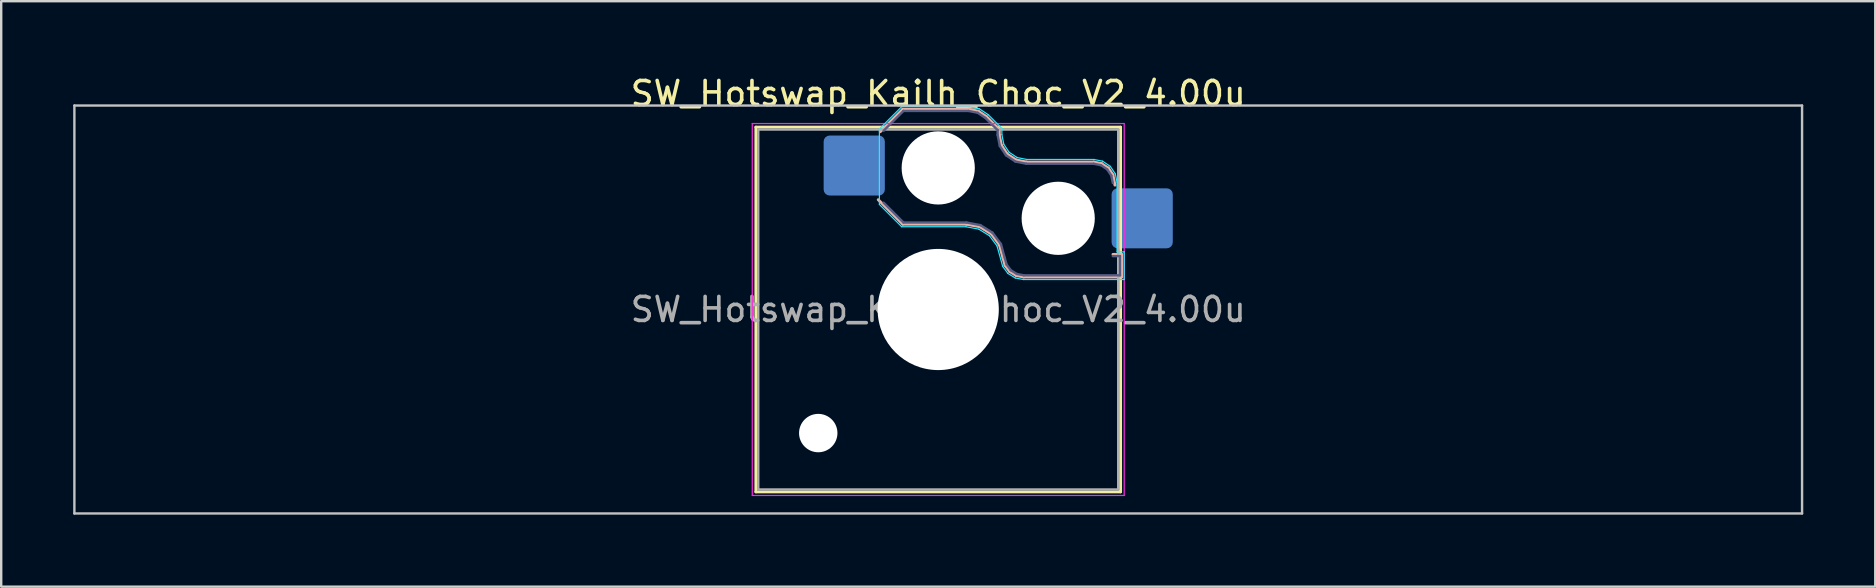
<source format=kicad_pcb>
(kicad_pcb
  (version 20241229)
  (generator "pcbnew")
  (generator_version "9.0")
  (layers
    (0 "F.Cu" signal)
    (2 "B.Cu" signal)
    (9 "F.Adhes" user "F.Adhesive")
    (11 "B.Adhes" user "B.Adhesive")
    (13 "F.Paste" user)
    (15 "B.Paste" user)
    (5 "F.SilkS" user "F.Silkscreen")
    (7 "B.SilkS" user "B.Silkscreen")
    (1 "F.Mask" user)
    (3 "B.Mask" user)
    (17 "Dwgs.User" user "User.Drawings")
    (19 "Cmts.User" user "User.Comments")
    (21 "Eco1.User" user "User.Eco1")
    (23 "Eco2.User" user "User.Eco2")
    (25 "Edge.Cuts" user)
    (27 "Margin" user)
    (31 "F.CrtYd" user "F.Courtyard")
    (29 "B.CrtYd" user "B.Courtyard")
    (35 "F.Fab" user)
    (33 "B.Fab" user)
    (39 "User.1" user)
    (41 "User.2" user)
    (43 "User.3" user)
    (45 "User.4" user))
  (footprint "SW_Hotswap_Kailh_Choc_V2_4.00u"
    (layer "F.Cu")
    (at 36.05 9.848)
    (property "Reference" "SW_Hotswap_Kailh_Choc_V2_4.00u" (at 0 -9 0) (layer "F.SilkS") (effects (font (size 1 1) (thickness 0.15))))
    (attr smd)
    (fp_line (start -7.6 -7.6) (end -7.6 7.6) (stroke (width 0.12) (type solid)) (layer "F.SilkS"))
    (fp_line (start -7.6 7.6) (end 7.6 7.6) (stroke (width 0.12) (type solid)) (layer "F.SilkS"))
    (fp_line (start 7.6 -7.6) (end -7.6 -7.6) (stroke (width 0.12) (type solid)) (layer "F.SilkS"))
    (fp_line (start 7.6 7.6) (end 7.6 -7.6) (stroke (width 0.12) (type solid)) (layer "F.SilkS"))
    (fp_line (start -2.416 -7.409) (end -1.479 -8.346) (stroke (width 0.12) (type solid)) (layer "B.SilkS"))
    (fp_line (start -1.479 -8.346) (end 1.268 -8.346) (stroke (width 0.12) (type solid)) (layer "B.SilkS"))
    (fp_line (start -1.479 -3.554) (end -2.5 -4.575) (stroke (width 0.12) (type solid)) (layer "B.SilkS"))
    (fp_line (start 1.168 -3.554) (end -1.479 -3.554) (stroke (width 0.12) (type solid)) (layer "B.SilkS"))
    (fp_line (start 1.268 -8.346) (end 1.671 -8.266) (stroke (width 0.12) (type solid)) (layer "B.SilkS"))
    (fp_line (start 1.671 -8.266) (end 2.013 -8.037) (stroke (width 0.12) (type solid)) (layer "B.SilkS"))
    (fp_line (start 1.73 -3.449) (end 1.168 -3.554) (stroke (width 0.12) (type solid)) (layer "B.SilkS"))
    (fp_line (start 2.013 -8.037) (end 2.546 -7.504) (stroke (width 0.12) (type solid)) (layer "B.SilkS"))
    (fp_line (start 2.209 -3.15) (end 1.73 -3.449) (stroke (width 0.12) (type solid)) (layer "B.SilkS"))
    (fp_line (start 2.546 -7.504) (end 2.546 -7.282) (stroke (width 0.12) (type solid)) (layer "B.SilkS"))
    (fp_line (start 2.546 -7.282) (end 2.633 -6.844) (stroke (width 0.12) (type solid)) (layer "B.SilkS"))
    (fp_line (start 2.547 -2.697) (end 2.209 -3.15) (stroke (width 0.12) (type solid)) (layer "B.SilkS"))
    (fp_line (start 2.633 -6.844) (end 2.877 -6.477) (stroke (width 0.12) (type solid)) (layer "B.SilkS"))
    (fp_line (start 2.701 -2.139) (end 2.547 -2.697) (stroke (width 0.12) (type solid)) (layer "B.SilkS"))
    (fp_line (start 2.783 -1.841) (end 2.701 -2.139) (stroke (width 0.12) (type solid)) (layer "B.SilkS"))
    (fp_line (start 2.877 -6.477) (end 3.244 -6.233) (stroke (width 0.12) (type solid)) (layer "B.SilkS"))
    (fp_line (start 2.976 -1.583) (end 2.783 -1.841) (stroke (width 0.12) (type solid)) (layer "B.SilkS"))
    (fp_line (start 3.244 -6.233) (end 3.682 -6.146) (stroke (width 0.12) (type solid)) (layer "B.SilkS"))
    (fp_line (start 3.25 -1.413) (end 2.976 -1.583) (stroke (width 0.12) (type solid)) (layer "B.SilkS"))
    (fp_line (start 3.56 -1.354) (end 3.25 -1.413) (stroke (width 0.12) (type solid)) (layer "B.SilkS"))
    (fp_line (start 3.682 -6.146) (end 6.482 -6.146) (stroke (width 0.12) (type solid)) (layer "B.SilkS"))
    (fp_line (start 6.482 -6.146) (end 6.809 -6.081) (stroke (width 0.12) (type solid)) (layer "B.SilkS"))
    (fp_line (start 6.809 -6.081) (end 7.092 -5.892) (stroke (width 0.12) (type solid)) (layer "B.SilkS"))
    (fp_line (start 7.092 -5.892) (end 7.281 -5.609) (stroke (width 0.12) (type solid)) (layer "B.SilkS"))
    (fp_line (start 7.281 -5.609) (end 7.366 -5.182) (stroke (width 0.12) (type solid)) (layer "B.SilkS"))
    (fp_line (start 7.283 -2.296) (end 7.646 -2.296) (stroke (width 0.12) (type solid)) (layer "B.SilkS"))
    (fp_line (start 7.646 -2.296) (end 7.646 -1.354) (stroke (width 0.12) (type solid)) (layer "B.SilkS"))
    (fp_line (start 7.646 -1.354) (end 3.56 -1.354) (stroke (width 0.12) (type solid)) (layer "B.SilkS"))
    (fp_line (start -36 -8.5) (end -36 8.5) (stroke (width 0.1) (type solid)) (layer "Dwgs.User"))
    (fp_line (start -36 8.5) (end 36 8.5) (stroke (width 0.1) (type solid)) (layer "Dwgs.User"))
    (fp_line (start 36 -8.5) (end -36 -8.5) (stroke (width 0.1) (type solid)) (layer "Dwgs.User"))
    (fp_line (start 36 8.5) (end 36 -8.5) (stroke (width 0.1) (type solid)) (layer "Dwgs.User"))
    (fp_line (start -7.25 -7.25) (end -7.25 7.25) (stroke (width 0.1) (type solid)) (layer "Eco1.User"))
    (fp_line (start -7.25 7.25) (end 7.25 7.25) (stroke (width 0.1) (type solid)) (layer "Eco1.User"))
    (fp_line (start 7.25 -7.25) (end -7.25 -7.25) (stroke (width 0.1) (type solid)) (layer "Eco1.User"))
    (fp_line (start 7.25 7.25) (end 7.25 -7.25) (stroke (width 0.1) (type solid)) (layer "Eco1.User"))
    (fp_line (start -2.452 -7.523) (end -1.523 -8.452) (stroke (width 0.05) (type solid)) (layer "B.CrtYd"))
    (fp_line (start -2.452 -4.377) (end -2.452 -7.523) (stroke (width 0.05) (type solid)) (layer "B.CrtYd"))
    (fp_line (start -1.523 -8.452) (end 1.278 -8.452) (stroke (width 0.05) (type solid)) (layer "B.CrtYd"))
    (fp_line (start -1.523 -3.448) (end -2.452 -4.377) (stroke (width 0.05) (type solid)) (layer "B.CrtYd"))
    (fp_line (start 1.159 -3.448) (end -1.523 -3.448) (stroke (width 0.05) (type solid)) (layer "B.CrtYd"))
    (fp_line (start 1.278 -8.452) (end 1.712 -8.366) (stroke (width 0.05) (type solid)) (layer "B.CrtYd"))
    (fp_line (start 1.691 -3.348) (end 1.159 -3.448) (stroke (width 0.05) (type solid)) (layer "B.CrtYd"))
    (fp_line (start 1.712 -8.366) (end 2.081 -8.119) (stroke (width 0.05) (type solid)) (layer "B.CrtYd"))
    (fp_line (start 2.081 -8.119) (end 2.652 -7.548) (stroke (width 0.05) (type solid)) (layer "B.CrtYd"))
    (fp_line (start 2.136 -3.071) (end 1.691 -3.348) (stroke (width 0.05) (type solid)) (layer "B.CrtYd"))
    (fp_line (start 2.45 -2.65) (end 2.136 -3.071) (stroke (width 0.05) (type solid)) (layer "B.CrtYd"))
    (fp_line (start 2.599 -2.111) (end 2.45 -2.65) (stroke (width 0.05) (type solid)) (layer "B.CrtYd"))
    (fp_line (start 2.652 -7.548) (end 2.652 -7.292) (stroke (width 0.05) (type solid)) (layer "B.CrtYd"))
    (fp_line (start 2.652 -7.292) (end 2.733 -6.885) (stroke (width 0.05) (type solid)) (layer "B.CrtYd"))
    (fp_line (start 2.687 -1.794) (end 2.599 -2.111) (stroke (width 0.05) (type solid)) (layer "B.CrtYd"))
    (fp_line (start 2.733 -6.885) (end 2.953 -6.553) (stroke (width 0.05) (type solid)) (layer "B.CrtYd"))
    (fp_line (start 2.903 -1.503) (end 2.687 -1.794) (stroke (width 0.05) (type solid)) (layer "B.CrtYd"))
    (fp_line (start 2.953 -6.553) (end 3.285 -6.333) (stroke (width 0.05) (type solid)) (layer "B.CrtYd"))
    (fp_line (start 3.211 -1.312) (end 2.903 -1.503) (stroke (width 0.05) (type solid)) (layer "B.CrtYd"))
    (fp_line (start 3.285 -6.333) (end 3.692 -6.252) (stroke (width 0.05) (type solid)) (layer "B.CrtYd"))
    (fp_line (start 3.55 -1.248) (end 3.211 -1.312) (stroke (width 0.05) (type solid)) (layer "B.CrtYd"))
    (fp_line (start 3.692 -6.252) (end 6.492 -6.252) (stroke (width 0.05) (type solid)) (layer "B.CrtYd"))
    (fp_line (start 6.492 -6.252) (end 6.85 -6.181) (stroke (width 0.05) (type solid)) (layer "B.CrtYd"))
    (fp_line (start 6.85 -6.181) (end 7.168 -5.968) (stroke (width 0.05) (type solid)) (layer "B.CrtYd"))
    (fp_line (start 7.168 -5.968) (end 7.381 -5.65) (stroke (width 0.05) (type solid)) (layer "B.CrtYd"))
    (fp_line (start 7.381 -5.65) (end 7.452 -5.292) (stroke (width 0.05) (type solid)) (layer "B.CrtYd"))
    (fp_line (start 7.452 -5.292) (end 7.452 -2.402) (stroke (width 0.05) (type solid)) (layer "B.CrtYd"))
    (fp_line (start 7.452 -2.402) (end 7.752 -2.402) (stroke (width 0.05) (type solid)) (layer "B.CrtYd"))
    (fp_line (start 7.752 -2.402) (end 7.752 -1.248) (stroke (width 0.05) (type solid)) (layer "B.CrtYd"))
    (fp_line (start 7.752 -1.248) (end 3.55 -1.248) (stroke (width 0.05) (type solid)) (layer "B.CrtYd"))
    (fp_line (start -7.75 -7.75) (end -7.75 7.75) (stroke (width 0.05) (type solid)) (layer "F.CrtYd"))
    (fp_line (start -7.75 7.75) (end 7.75 7.75) (stroke (width 0.05) (type solid)) (layer "F.CrtYd"))
    (fp_line (start 7.75 -7.75) (end -7.75 -7.75) (stroke (width 0.05) (type solid)) (layer "F.CrtYd"))
    (fp_line (start 7.75 7.75) (end 7.75 -7.75) (stroke (width 0.05) (type solid)) (layer "F.CrtYd"))
    (fp_line (start -2.275 -7.45) (end -1.45 -8.275) (stroke (width 0.1) (type solid)) (layer "B.Fab"))
    (fp_line (start -1.45 -8.275) (end 1.261 -8.275) (stroke (width 0.1) (type solid)) (layer "B.Fab"))
    (fp_line (start -1.45 -3.625) (end -2.275 -4.45) (stroke (width 0.1) (type solid)) (layer "B.Fab"))
    (fp_line (start 1.175 -3.625) (end -1.45 -3.625) (stroke (width 0.1) (type solid)) (layer "B.Fab"))
    (fp_line (start 1.261 -8.275) (end 1.643 -8.199) (stroke (width 0.1) (type solid)) (layer "B.Fab"))
    (fp_line (start 1.643 -8.199) (end 1.968 -7.982) (stroke (width 0.1) (type solid)) (layer "B.Fab"))
    (fp_line (start 1.756 -3.516) (end 1.175 -3.625) (stroke (width 0.1) (type solid)) (layer "B.Fab"))
    (fp_line (start 1.968 -7.982) (end 2.475 -7.475) (stroke (width 0.1) (type solid)) (layer "B.Fab"))
    (fp_line (start 2.258 -3.203) (end 1.756 -3.516) (stroke (width 0.1) (type solid)) (layer "B.Fab"))
    (fp_line (start 2.475 -7.475) (end 2.475 -7.275) (stroke (width 0.1) (type solid)) (layer "B.Fab"))
    (fp_line (start 2.475 -7.275) (end 2.566 -6.816) (stroke (width 0.1) (type solid)) (layer "B.Fab"))
    (fp_line (start 2.566 -6.816) (end 2.826 -6.426) (stroke (width 0.1) (type solid)) (layer "B.Fab"))
    (fp_line (start 2.612 -2.729) (end 2.258 -3.203) (stroke (width 0.1) (type solid)) (layer "B.Fab"))
    (fp_line (start 2.769 -2.158) (end 2.612 -2.729) (stroke (width 0.1) (type solid)) (layer "B.Fab"))
    (fp_line (start 2.826 -6.426) (end 3.216 -6.166) (stroke (width 0.1) (type solid)) (layer "B.Fab"))
    (fp_line (start 2.848 -1.873) (end 2.769 -2.158) (stroke (width 0.1) (type solid)) (layer "B.Fab"))
    (fp_line (start 3.025 -1.636) (end 2.848 -1.873) (stroke (width 0.1) (type solid)) (layer "B.Fab"))
    (fp_line (start 3.216 -6.166) (end 3.675 -6.075) (stroke (width 0.1) (type solid)) (layer "B.Fab"))
    (fp_line (start 3.276 -1.48) (end 3.025 -1.636) (stroke (width 0.1) (type solid)) (layer "B.Fab"))
    (fp_line (start 3.567 -1.425) (end 3.276 -1.48) (stroke (width 0.1) (type solid)) (layer "B.Fab"))
    (fp_line (start 3.675 -6.075) (end 6.475 -6.075) (stroke (width 0.1) (type solid)) (layer "B.Fab"))
    (fp_line (start 6.475 -6.075) (end 6.781 -6.014) (stroke (width 0.1) (type solid)) (layer "B.Fab"))
    (fp_line (start 6.781 -6.014) (end 7.041 -5.841) (stroke (width 0.1) (type solid)) (layer "B.Fab"))
    (fp_line (start 7.041 -5.841) (end 7.214 -5.581) (stroke (width 0.1) (type solid)) (layer "B.Fab"))
    (fp_line (start 7.214 -5.581) (end 7.275 -5.275) (stroke (width 0.1) (type solid)) (layer "B.Fab"))
    (fp_line (start 7.275 -2.225) (end 7.575 -2.225) (stroke (width 0.1) (type solid)) (layer "B.Fab"))
    (fp_line (start 7.575 -2.225) (end 7.575 -1.425) (stroke (width 0.1) (type solid)) (layer "B.Fab"))
    (fp_line (start 7.575 -1.425) (end 3.567 -1.425) (stroke (width 0.1) (type solid)) (layer "B.Fab"))
    (fp_line (start -7.5 -7.5) (end -7.5 7.5) (stroke (width 0.1) (type solid)) (layer "F.Fab"))
    (fp_line (start -7.5 7.5) (end 7.5 7.5) (stroke (width 0.1) (type solid)) (layer "F.Fab"))
    (fp_line (start 7.5 -7.5) (end -7.5 -7.5) (stroke (width 0.1) (type solid)) (layer "F.Fab"))
    (fp_line (start 7.5 7.5) (end 7.5 -7.5) (stroke (width 0.1) (type solid)) (layer "F.Fab"))
    (fp_text user "${REFERENCE}" (at 0 0 0) (layer "F.Fab") (effects (font (size 1 1) (thickness 0.15))))
    (pad "" np_thru_hole circle (at -5 5.15) (size 1.6 1.6) (drill 1.6) (layers "*.Cu" "*.Mask"))
    (pad "" np_thru_hole circle (at 0 -5.9) (size 3.05 3.05) (drill 3.05) (layers "*.Cu" "*.Mask"))
    (pad "" np_thru_hole circle (at 0 0) (size 5.05 5.05) (drill 5.05) (layers "*.Cu" "*.Mask"))
    (pad "" np_thru_hole circle (at 5 -3.8) (size 3.05 3.05) (drill 3.05) (layers "*.Cu" "*.Mask"))
    (pad "1" smd roundrect (at -3.5 -6) (size 2.55 2.5) (layers "B.Cu" "B.Mask" "B.Paste") (roundrect_rratio 0.1))
    (pad "2" smd roundrect (at 8.5 -3.8) (size 2.55 2.5) (layers "B.Cu" "B.Mask" "B.Paste") (roundrect_rratio 0.1)))
  (gr_rect
    (start -3 -3)
    (end 75.1 21.398)
    (stroke (width 0.1) (type default))
    (fill no)
    (layer "Edge.Cuts")))
</source>
